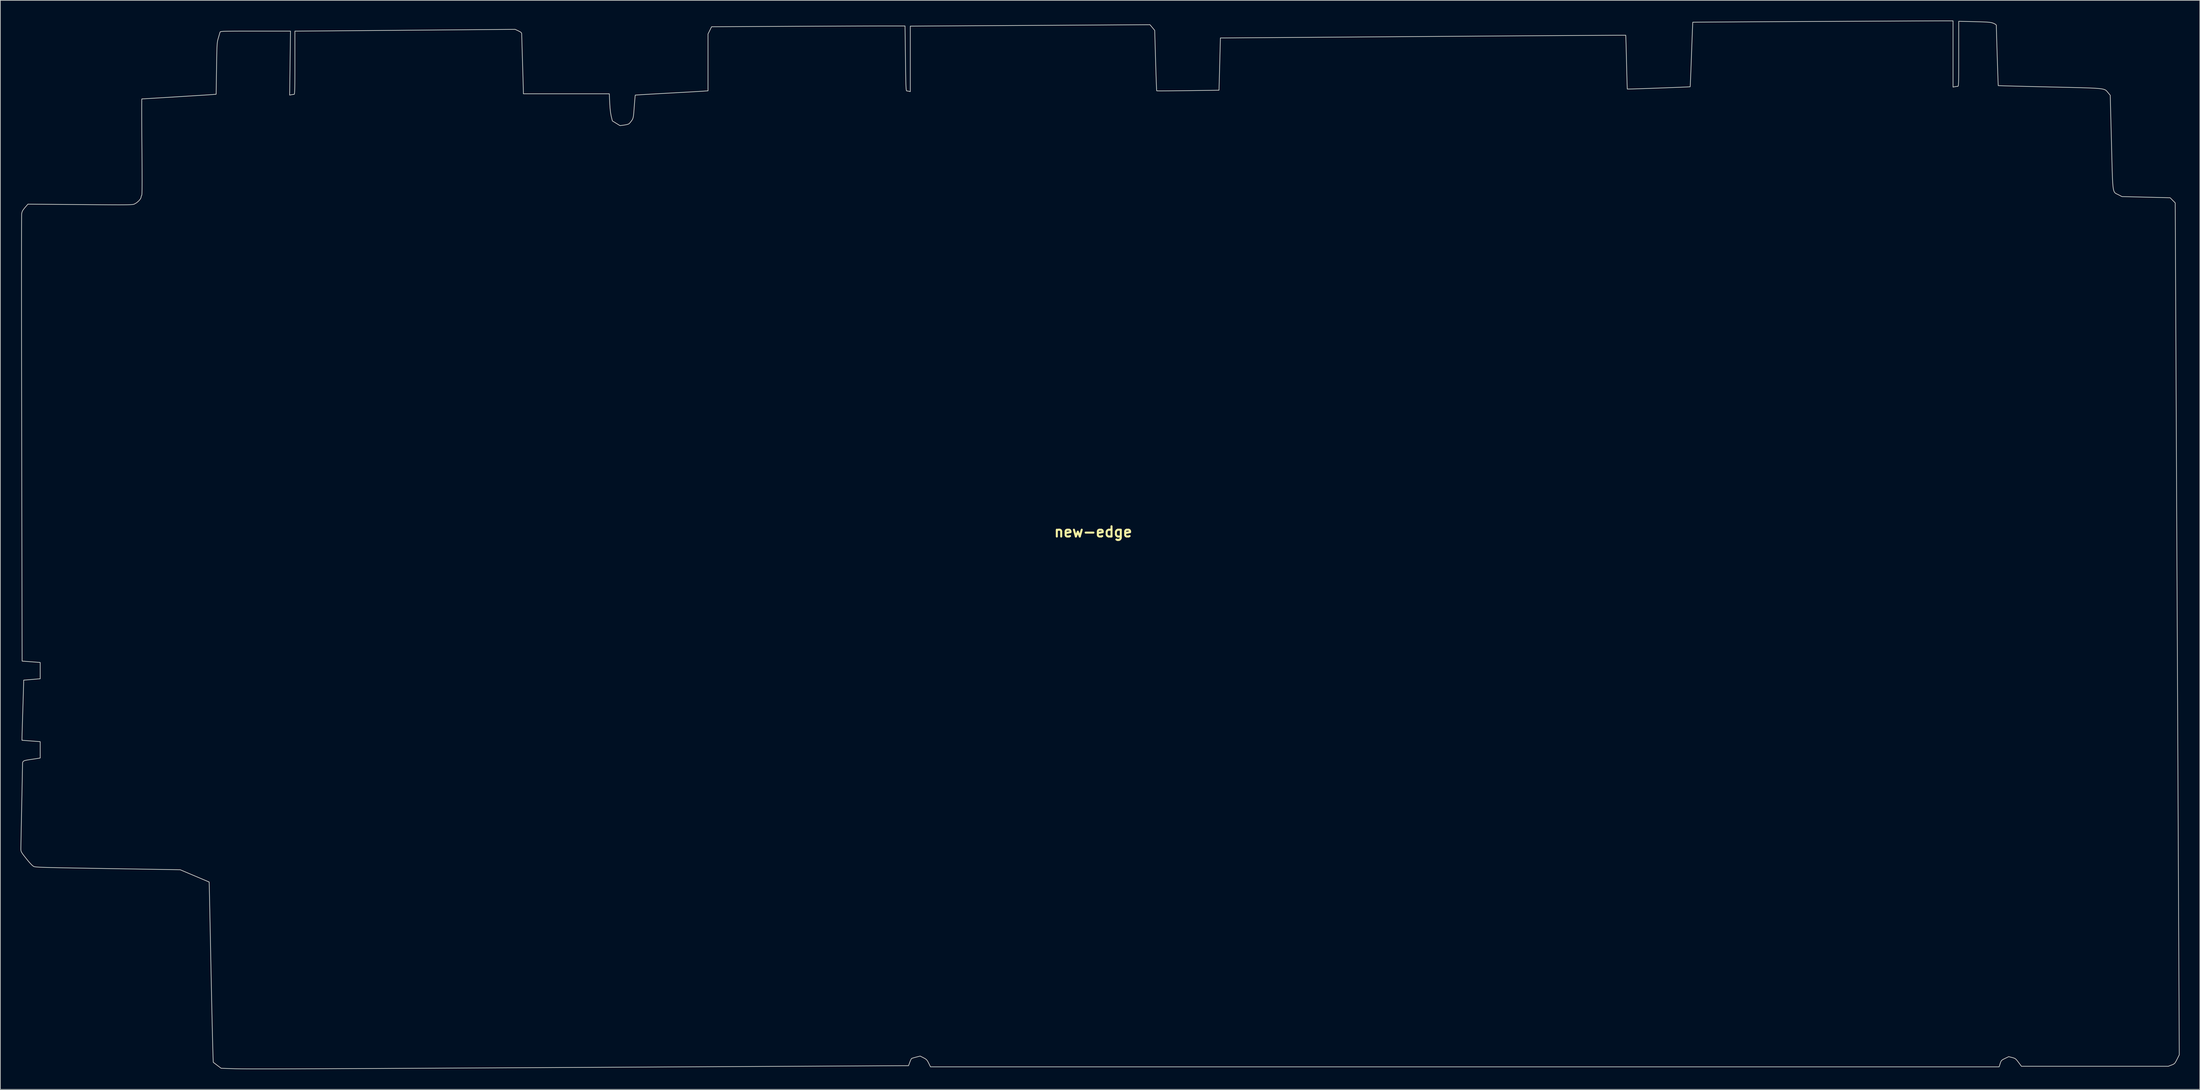
<source format=kicad_pcb>
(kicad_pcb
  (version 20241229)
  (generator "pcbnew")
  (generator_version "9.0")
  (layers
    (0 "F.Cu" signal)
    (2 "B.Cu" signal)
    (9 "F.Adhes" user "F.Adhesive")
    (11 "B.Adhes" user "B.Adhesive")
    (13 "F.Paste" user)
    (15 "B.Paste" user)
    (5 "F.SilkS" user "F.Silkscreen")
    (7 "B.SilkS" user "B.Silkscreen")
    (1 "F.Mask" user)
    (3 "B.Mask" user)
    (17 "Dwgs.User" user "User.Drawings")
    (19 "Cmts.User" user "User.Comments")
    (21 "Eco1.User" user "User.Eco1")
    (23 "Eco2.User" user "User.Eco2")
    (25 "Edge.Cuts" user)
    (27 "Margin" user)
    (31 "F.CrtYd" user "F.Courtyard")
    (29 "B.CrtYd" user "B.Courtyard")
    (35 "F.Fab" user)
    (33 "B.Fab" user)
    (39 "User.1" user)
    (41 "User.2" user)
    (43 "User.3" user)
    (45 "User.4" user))
  (footprint "new-edge"
    (layer "F.Cu")
    (at 159.389 75.996)
    (property "Reference" "new-edge" (at 0 0 0) (layer "F.SilkS") (effects (font (size 1.524 1.524) (thickness 0.3))))
    (attr board_only exclude_from_pos_files exclude_from_bom)
    (fp_poly (pts (xy 127.762 -66.104) (xy 128.027 -66.156) (xy 128.268 -66.195) (xy 128.45 -66.209) (xy 128.484 -66.215) (xy 128.512 -66.239) (xy 128.536 -66.295) (xy 128.556 -66.396) (xy 128.571 -66.555) (xy 128.584 -66.785) (xy 128.593 -67.098) (xy 128.599 -67.508) (xy 128.604 -68.027) (xy 128.607 -68.669) (xy 128.608 -69.446) (xy 128.609 -70.37) (xy 128.609 -71.046) (xy 128.609 -75.883) (xy 130.958 -75.826) (xy 131.666 -75.807) (xy 132.228 -75.789) (xy 132.664 -75.77) (xy 132.999 -75.748) (xy 133.253 -75.72) (xy 133.45 -75.686) (xy 133.612 -75.643) (xy 133.752 -75.593) (xy 134.039 -75.455) (xy 134.183 -75.327) (xy 134.197 -75.28) (xy 134.2 -75.097) (xy 134.207 -74.777) (xy 134.219 -74.337) (xy 134.234 -73.797) (xy 134.252 -73.176) (xy 134.273 -72.493) (xy 134.295 -71.767) (xy 134.318 -71.017) (xy 134.342 -70.262) (xy 134.366 -69.521) (xy 134.389 -68.813) (xy 134.411 -68.157) (xy 134.431 -67.572) (xy 134.448 -67.077) (xy 134.463 -66.692) (xy 134.473 -66.434) (xy 134.48 -66.324) (xy 134.48 -66.321) (xy 134.566 -66.316) (xy 134.81 -66.307) (xy 135.199 -66.295) (xy 135.721 -66.28) (xy 136.364 -66.263) (xy 137.117 -66.243) (xy 137.967 -66.222) (xy 138.902 -66.199) (xy 139.911 -66.174) (xy 140.981 -66.149) (xy 142.1 -66.123) (xy 142.118 -66.123) (xy 143.471 -66.092) (xy 144.665 -66.065) (xy 145.711 -66.04) (xy 146.619 -66.017) (xy 147.4 -65.994) (xy 148.065 -65.97) (xy 148.624 -65.945) (xy 149.087 -65.918) (xy 149.466 -65.886) (xy 149.77 -65.85) (xy 150.011 -65.808) (xy 150.198 -65.76) (xy 150.343 -65.703) (xy 150.456 -65.638) (xy 150.548 -65.563) (xy 150.628 -65.477) (xy 150.708 -65.38) (xy 150.79 -65.28) (xy 151.122 -64.883) (xy 151.302 -57.905) (xy 151.335 -56.619) (xy 151.363 -55.492) (xy 151.389 -54.512) (xy 151.413 -53.668) (xy 151.437 -52.95) (xy 151.462 -52.347) (xy 151.491 -51.847) (xy 151.523 -51.439) (xy 151.562 -51.114) (xy 151.608 -50.86) (xy 151.663 -50.665) (xy 151.728 -50.519) (xy 151.805 -50.412) (xy 151.895 -50.331) (xy 152 -50.267) (xy 152.121 -50.208) (xy 152.259 -50.144) (xy 152.345 -50.101) (xy 152.866 -49.831) (xy 160.018 -49.657) (xy 160.779 -48.895) (xy 161.079 14.413) (xy 161.379 77.72) (xy 161.044 78.385) (xy 160.878 78.707) (xy 160.748 78.916) (xy 160.618 79.048) (xy 160.452 79.144) (xy 160.23 79.234) (xy 159.751 79.417) (xy 137.924 79.417) (xy 137.486 78.832) (xy 137.264 78.543) (xy 137.095 78.36) (xy 136.933 78.247) (xy 136.733 78.17) (xy 136.54 78.118) (xy 136.033 77.99) (xy 135.478 78.259) (xy 135.188 78.406) (xy 135.009 78.527) (xy 134.897 78.669) (xy 134.81 78.877) (xy 134.764 79.015) (xy 134.606 79.502) (xy -24.178 79.502) (xy -24.449 78.954) (xy -24.609 78.651) (xy -24.757 78.452) (xy -24.944 78.304) (xy -25.216 78.155) (xy -25.713 77.904) (xy -26.309 78.057) (xy -26.613 78.139) (xy -26.854 78.211) (xy -26.983 78.259) (xy -26.987 78.261) (xy -27.057 78.362) (xy -27.157 78.575) (xy -27.255 78.822) (xy -27.441 79.333) (xy -28.135 79.334) (xy -28.261 79.334) (xy -28.551 79.335) (xy -29 79.338) (xy -29.605 79.341) (xy -30.359 79.345) (xy -31.258 79.349) (xy -32.296 79.355) (xy -33.47 79.361) (xy -34.774 79.368) (xy -36.204 79.375) (xy -37.753 79.383) (xy -39.418 79.392) (xy -41.194 79.402) (xy -43.075 79.411) (xy -45.057 79.422) (xy -47.135 79.433) (xy -49.304 79.444) (xy -51.559 79.456) (xy -53.895 79.469) (xy -56.308 79.482) (xy -58.792 79.495) (xy -61.342 79.508) (xy -63.954 79.522) (xy -66.622 79.537) (xy -69.343 79.551) (xy -72.11 79.566) (xy -74.919 79.581) (xy -75.988 79.587) (xy -79.472 79.605) (xy -82.791 79.623) (xy -85.949 79.64) (xy -88.951 79.656) (xy -91.8 79.671) (xy -94.5 79.685) (xy -97.057 79.698) (xy -99.474 79.711) (xy -101.756 79.723) (xy -103.906 79.733) (xy -105.93 79.744) (xy -107.831 79.753) (xy -109.613 79.761) (xy -111.28 79.769) (xy -112.838 79.776) (xy -114.29 79.783) (xy -115.64 79.788) (xy -116.893 79.793) (xy -118.053 79.798) (xy -119.124 79.801) (xy -120.11 79.805) (xy -121.015 79.807) (xy -121.845 79.809) (xy -122.602 79.81) (xy -123.292 79.81) (xy -123.918 79.81) (xy -124.485 79.81) (xy -124.996 79.809) (xy -125.457 79.807) (xy -125.872 79.805) (xy -126.244 79.802) (xy -126.577 79.799) (xy -126.877 79.795) (xy -127.147 79.791) (xy -127.392 79.787) (xy -127.616 79.782) (xy -127.822 79.776) (xy -128.016 79.771) (xy -128.202 79.764) (xy -128.313 79.76) (xy -129.583 79.714) (xy -130.133 79.298) (xy -130.397 79.098) (xy -130.608 78.936) (xy -130.731 78.84) (xy -130.745 78.83) (xy -130.754 78.74) (xy -130.765 78.491) (xy -130.78 78.091) (xy -130.797 77.55) (xy -130.817 76.877) (xy -130.838 76.082) (xy -130.861 75.173) (xy -130.886 74.16) (xy -130.913 73.052) (xy -130.94 71.86) (xy -130.969 70.591) (xy -130.998 69.255) (xy -131.027 67.863) (xy -131.057 66.422) (xy -131.062 66.164) (xy -131.092 64.703) (xy -131.121 63.279) (xy -131.149 61.903) (xy -131.176 60.585) (xy -131.201 59.335) (xy -131.225 58.163) (xy -131.248 57.079) (xy -131.268 56.094) (xy -131.287 55.216) (xy -131.303 54.457) (xy -131.316 53.826) (xy -131.327 53.333) (xy -131.334 52.989) (xy -131.339 52.802) (xy -131.339 52.794) (xy -131.36 52.036) (xy -133.514 51.124) (xy -135.667 50.212) (xy -146.414 50.038) (xy -147.991 50.012) (xy -149.407 49.988) (xy -150.672 49.967) (xy -151.793 49.947) (xy -152.781 49.929) (xy -153.644 49.912) (xy -154.391 49.896) (xy -155.03 49.881) (xy -155.57 49.866) (xy -156.021 49.852) (xy -156.391 49.837) (xy -156.688 49.822) (xy -156.923 49.806) (xy -157.103 49.79) (xy -157.238 49.773) (xy -157.336 49.754) (xy -157.406 49.733) (xy -157.453 49.713) (xy -157.635 49.575) (xy -157.894 49.317) (xy -158.213 48.956) (xy -158.543 48.552) (xy -158.849 48.161) (xy -159.064 47.874) (xy -159.205 47.662) (xy -159.288 47.498) (xy -159.327 47.352) (xy -159.339 47.197) (xy -159.339 47.117) (xy -159.337 46.962) (xy -159.332 46.653) (xy -159.324 46.204) (xy -159.313 45.631) (xy -159.3 44.948) (xy -159.285 44.171) (xy -159.267 43.314) (xy -159.248 42.392) (xy -159.228 41.42) (xy -159.216 40.809) (xy -159.195 39.815) (xy -159.175 38.862) (xy -159.157 37.966) (xy -159.14 37.14) (xy -159.125 36.401) (xy -159.113 35.762) (xy -159.103 35.239) (xy -159.096 34.847) (xy -159.091 34.599) (xy -159.091 34.526) (xy -159.081 34.318) (xy -159.037 34.168) (xy -158.934 34.061) (xy -158.746 33.981) (xy -158.446 33.914) (xy -158.01 33.844) (xy -157.89 33.827) (xy -157.491 33.768) (xy -157.127 33.713) (xy -156.848 33.67) (xy -156.739 33.652) (xy -156.464 33.605) (xy -156.464 31.175) (xy -157.141 31.124) (xy -157.591 31.09) (xy -158.094 31.052) (xy -158.496 31.022) (xy -159.173 30.97) (xy -159.171 30.619) (xy -159.168 30.463) (xy -159.16 30.157) (xy -159.148 29.719) (xy -159.132 29.168) (xy -159.112 28.524) (xy -159.09 27.805) (xy -159.066 27.03) (xy -159.046 26.416) (xy -159.021 25.615) (xy -158.997 24.859) (xy -158.976 24.166) (xy -158.957 23.554) (xy -158.942 23.043) (xy -158.93 22.649) (xy -158.923 22.392) (xy -158.921 22.298) (xy -158.919 22.033) (xy -158.263 21.98) (xy -157.841 21.945) (xy -157.387 21.906) (xy -157.036 21.876) (xy -156.464 21.827) (xy -156.464 19.406) (xy -157.141 19.355) (xy -157.589 19.321) (xy -158.086 19.284) (xy -158.486 19.254) (xy -159.152 19.204) (xy -159.216 -13.845) (xy -159.22 -16.204) (xy -159.224 -18.523) (xy -159.228 -20.794) (xy -159.231 -23.012) (xy -159.234 -25.171) (xy -159.236 -27.265) (xy -159.238 -29.289) (xy -159.24 -31.236) (xy -159.241 -33.101) (xy -159.242 -34.877) (xy -159.243 -36.56) (xy -159.243 -38.143) (xy -159.242 -39.62) (xy -159.242 -40.986) (xy -159.241 -42.235) (xy -159.239 -43.36) (xy -159.237 -44.357) (xy -159.235 -45.218) (xy -159.232 -45.939) (xy -159.229 -46.514) (xy -159.226 -46.936) (xy -159.222 -47.2) (xy -159.218 -47.299) (xy -159.155 -47.561) (xy -159.033 -47.807) (xy -158.821 -48.091) (xy -158.724 -48.205) (xy -158.291 -48.706) (xy -150.531 -48.643) (xy -149.207 -48.632) (xy -148.041 -48.623) (xy -147.024 -48.616) (xy -146.144 -48.611) (xy -145.391 -48.608) (xy -144.754 -48.607) (xy -144.223 -48.608) (xy -143.786 -48.611) (xy -143.434 -48.617) (xy -143.155 -48.626) (xy -142.94 -48.637) (xy -142.776 -48.652) (xy -142.654 -48.669) (xy -142.564 -48.69) (xy -142.494 -48.713) (xy -142.445 -48.735) (xy -142.143 -48.916) (xy -141.861 -49.152) (xy -141.634 -49.404) (xy -141.499 -49.634) (xy -141.478 -49.737) (xy -141.443 -49.919) (xy -141.383 -50.002) (xy -141.366 -50.063) (xy -141.351 -50.228) (xy -141.34 -50.502) (xy -141.331 -50.894) (xy -141.326 -51.409) (xy -141.323 -52.054) (xy -141.324 -52.836) (xy -141.327 -53.762) (xy -141.333 -54.838) (xy -141.342 -56.071) (xy -141.352 -57.203) (xy -141.361 -58.287) (xy -141.368 -59.32) (xy -141.374 -60.292) (xy -141.378 -61.188) (xy -141.38 -61.998) (xy -141.381 -62.708) (xy -141.38 -63.307) (xy -141.377 -63.781) (xy -141.372 -64.119) (xy -141.366 -64.309) (xy -141.361 -64.347) (xy -141.251 -64.352) (xy -140.99 -64.366) (xy -140.597 -64.389) (xy -140.088 -64.42) (xy -139.483 -64.456) (xy -138.799 -64.498) (xy -138.054 -64.543) (xy -137.267 -64.591) (xy -136.455 -64.641) (xy -135.636 -64.692) (xy -134.829 -64.742) (xy -134.051 -64.79) (xy -133.32 -64.836) (xy -132.656 -64.877) (xy -132.074 -64.914) (xy -131.595 -64.945) (xy -131.235 -64.969) (xy -131.013 -64.984) (xy -130.968 -64.987) (xy -130.322 -65.04) (xy -130.264 -68.863) (xy -130.249 -69.769) (xy -130.237 -70.523) (xy -130.224 -71.143) (xy -130.211 -71.645) (xy -130.196 -72.048) (xy -130.179 -72.369) (xy -130.157 -72.624) (xy -130.131 -72.832) (xy -130.099 -73.009) (xy -130.06 -73.174) (xy -130.013 -73.343) (xy -129.994 -73.406) (xy -129.894 -73.748) (xy -129.809 -74.04) (xy -129.752 -74.235) (xy -129.741 -74.274) (xy -129.724 -74.304) (xy -129.684 -74.33) (xy -129.609 -74.352) (xy -129.486 -74.37) (xy -129.302 -74.385) (xy -129.045 -74.397) (xy -128.703 -74.405) (xy -128.263 -74.412) (xy -127.713 -74.417) (xy -127.04 -74.42) (xy -126.231 -74.421) (xy -125.275 -74.422) (xy -124.485 -74.422) (xy -119.273 -74.422) (xy -119.336 -69.668) (xy -119.399 -64.914) (xy -119.125 -64.969) (xy -118.898 -65.008) (xy -118.736 -65.024) (xy -118.734 -65.024) (xy -118.709 -65.047) (xy -118.687 -65.122) (xy -118.669 -65.264) (xy -118.654 -65.482) (xy -118.643 -65.791) (xy -118.634 -66.201) (xy -118.627 -66.724) (xy -118.622 -67.374) (xy -118.619 -68.162) (xy -118.618 -69.1) (xy -118.618 -69.723) (xy -118.618 -74.422) (xy -118.131 -74.422) (xy -117.997 -74.423) (xy -117.703 -74.425) (xy -117.256 -74.428) (xy -116.666 -74.433) (xy -115.941 -74.438) (xy -115.09 -74.445) (xy -114.121 -74.453) (xy -113.043 -74.461) (xy -111.865 -74.471) (xy -110.595 -74.481) (xy -109.242 -74.492) (xy -107.814 -74.504) (xy -106.321 -74.516) (xy -104.77 -74.529) (xy -103.171 -74.542) (xy -101.769 -74.554) (xy -85.894 -74.685) (xy -85.407 -74.453) (xy -85.133 -74.311) (xy -84.984 -74.195) (xy -84.925 -74.074) (xy -84.919 -74.004) (xy -84.916 -73.878) (xy -84.909 -73.6) (xy -84.897 -73.187) (xy -84.882 -72.658) (xy -84.864 -72.029) (xy -84.843 -71.318) (xy -84.82 -70.542) (xy -84.795 -69.719) (xy -84.794 -69.681) (xy -84.769 -68.855) (xy -84.746 -68.076) (xy -84.725 -67.36) (xy -84.706 -66.725) (xy -84.691 -66.188) (xy -84.679 -65.767) (xy -84.671 -65.48) (xy -84.668 -65.344) (xy -84.668 -65.341) (xy -84.667 -65.109) (xy -71.903 -65.109) (xy -71.843 -63.775) (xy -71.793 -63.003) (xy -71.721 -62.343) (xy -71.629 -61.821) (xy -71.614 -61.759) (xy -71.446 -61.076) (xy -70.312 -60.376) (xy -69.679 -60.462) (xy -69.256 -60.54) (xy -68.995 -60.638) (xy -68.919 -60.7) (xy -68.724 -60.932) (xy -68.578 -61.118) (xy -68.47 -61.285) (xy -68.393 -61.463) (xy -68.338 -61.681) (xy -68.296 -61.966) (xy -68.261 -62.349) (xy -68.222 -62.858) (xy -68.199 -63.162) (xy -68.159 -63.683) (xy -68.121 -64.143) (xy -68.088 -64.517) (xy -68.063 -64.779) (xy -68.046 -64.904) (xy -68.044 -64.911) (xy -67.957 -64.92) (xy -67.717 -64.937) (xy -67.338 -64.961) (xy -66.836 -64.992) (xy -66.227 -65.028) (xy -65.525 -65.069) (xy -64.747 -65.113) (xy -63.907 -65.159) (xy -63.368 -65.189) (xy -62.47 -65.238) (xy -61.601 -65.286) (xy -60.781 -65.332) (xy -60.028 -65.374) (xy -59.361 -65.413) (xy -58.798 -65.445) (xy -58.359 -65.472) (xy -58.06 -65.49) (xy -57.975 -65.496) (xy -57.235 -65.55) (xy -57.235 -73.995) (xy -56.969 -74.533) (xy -56.704 -75.071) (xy -45.984 -75.128) (xy -44.568 -75.135) (xy -43.146 -75.142) (xy -41.733 -75.149) (xy -40.344 -75.155) (xy -38.993 -75.161) (xy -37.697 -75.166) (xy -36.471 -75.171) (xy -35.329 -75.175) (xy -34.287 -75.178) (xy -33.36 -75.181) (xy -32.563 -75.183) (xy -31.912 -75.184) (xy -31.612 -75.184) (xy -27.961 -75.184) (xy -27.898 -70.358) (xy -27.884 -69.327) (xy -27.871 -68.454) (xy -27.859 -67.724) (xy -27.847 -67.125) (xy -27.835 -66.644) (xy -27.821 -66.27) (xy -27.806 -65.988) (xy -27.789 -65.787) (xy -27.77 -65.653) (xy -27.747 -65.575) (xy -27.721 -65.538) (xy -27.697 -65.531) (xy -27.503 -65.508) (xy -27.369 -65.479) (xy -27.178 -65.428) (xy -27.178 -75.163) (xy -18.352 -75.216) (xy -16.895 -75.224) (xy -15.301 -75.234) (xy -13.601 -75.244) (xy -11.827 -75.255) (xy -10.009 -75.265) (xy -8.18 -75.276) (xy -6.371 -75.287) (xy -4.614 -75.297) (xy -2.941 -75.307) (xy -1.382 -75.316) (xy -0.546 -75.321) (xy 8.433 -75.374) (xy 9.139 -74.532) (xy 9.27 -70.059) (xy 9.296 -69.205) (xy 9.321 -68.403) (xy 9.345 -67.669) (xy 9.369 -67.019) (xy 9.389 -66.468) (xy 9.408 -66.032) (xy 9.423 -65.727) (xy 9.434 -65.568) (xy 9.438 -65.549) (xy 9.527 -65.543) (xy 9.77 -65.54) (xy 10.151 -65.539) (xy 10.655 -65.541) (xy 11.266 -65.545) (xy 11.968 -65.551) (xy 12.747 -65.559) (xy 13.587 -65.569) (xy 14.083 -65.575) (xy 18.692 -65.638) (xy 18.743 -67.469) (xy 18.762 -68.133) (xy 18.783 -68.906) (xy 18.805 -69.726) (xy 18.826 -70.535) (xy 18.845 -71.27) (xy 18.848 -71.353) (xy 18.901 -73.406) (xy 19.188 -73.406) (xy 19.293 -73.407) (xy 19.562 -73.408) (xy 19.987 -73.411) (xy 20.564 -73.415) (xy 21.286 -73.42) (xy 22.146 -73.426) (xy 23.139 -73.433) (xy 24.258 -73.441) (xy 25.498 -73.45) (xy 26.852 -73.46) (xy 28.314 -73.47) (xy 29.878 -73.481) (xy 31.539 -73.493) (xy 33.288 -73.506) (xy 35.122 -73.519) (xy 37.033 -73.532) (xy 39.016 -73.546) (xy 41.064 -73.561) (xy 43.171 -73.576) (xy 45.331 -73.592) (xy 47.538 -73.608) (xy 49.288 -73.62) (xy 51.525 -73.636) (xy 53.718 -73.652) (xy 55.862 -73.667) (xy 57.95 -73.681) (xy 59.976 -73.695) (xy 61.934 -73.709) (xy 63.819 -73.721) (xy 65.624 -73.733) (xy 67.343 -73.745) (xy 68.97 -73.755) (xy 70.499 -73.765) (xy 71.924 -73.774) (xy 73.239 -73.782) (xy 74.438 -73.789) (xy 75.515 -73.795) (xy 76.464 -73.8) (xy 77.278 -73.804) (xy 77.952 -73.807) (xy 78.48 -73.809) (xy 78.855 -73.81) (xy 79.072 -73.81) (xy 79.128 -73.809) (xy 79.135 -73.721) (xy 79.145 -73.481) (xy 79.158 -73.106) (xy 79.174 -72.611) (xy 79.191 -72.013) (xy 79.209 -71.33) (xy 79.229 -70.577) (xy 79.247 -69.809) (xy 79.266 -69.006) (xy 79.285 -68.256) (xy 79.303 -67.576) (xy 79.32 -66.983) (xy 79.335 -66.494) (xy 79.347 -66.124) (xy 79.357 -65.892) (xy 79.363 -65.812) (xy 79.45 -65.81) (xy 79.687 -65.815) (xy 80.055 -65.824) (xy 80.537 -65.839) (xy 81.114 -65.857) (xy 81.766 -65.879) (xy 82.475 -65.903) (xy 83.223 -65.93) (xy 83.99 -65.957) (xy 84.759 -65.986) (xy 85.51 -66.014) (xy 86.224 -66.041) (xy 86.883 -66.067) (xy 87.469 -66.091) (xy 87.962 -66.113) (xy 88.345 -66.13) (xy 88.597 -66.144) (xy 88.701 -66.152) (xy 88.702 -66.153) (xy 88.71 -66.24) (xy 88.723 -66.481) (xy 88.741 -66.861) (xy 88.763 -67.364) (xy 88.788 -67.976) (xy 88.816 -68.682) (xy 88.846 -69.465) (xy 88.878 -70.311) (xy 88.902 -70.952) (xy 88.934 -71.834) (xy 88.965 -72.664) (xy 88.994 -73.427) (xy 89.021 -74.107) (xy 89.044 -74.689) (xy 89.064 -75.159) (xy 89.08 -75.501) (xy 89.09 -75.7) (xy 89.095 -75.746) (xy 89.179 -75.747) (xy 89.424 -75.75) (xy 89.819 -75.754) (xy 90.356 -75.758) (xy 91.026 -75.762) (xy 91.818 -75.768) (xy 92.723 -75.773) (xy 93.733 -75.78) (xy 94.838 -75.786) (xy 96.029 -75.794) (xy 97.297 -75.801) (xy 98.631 -75.809) (xy 100.024 -75.817) (xy 101.465 -75.825) (xy 102.946 -75.833) (xy 104.456 -75.841) (xy 105.988 -75.849) (xy 107.531 -75.858) (xy 109.076 -75.866) (xy 110.614 -75.874) (xy 112.136 -75.882) (xy 113.632 -75.889) (xy 115.093 -75.897) (xy 116.51 -75.904) (xy 117.874 -75.911) (xy 119.175 -75.917) (xy 120.404 -75.923) (xy 121.552 -75.928) (xy 122.609 -75.933) (xy 123.566 -75.937) (xy 124.414 -75.94) (xy 125.143 -75.943) (xy 125.745 -75.945) (xy 126.21 -75.946) (xy 126.46 -75.946) (xy 127.762 -75.946)) (stroke (width 0.1) (type solid)) (fill no) (layer "Edge.Cuts")))
  (gr_rect
    (start -3 -3)
    (end 323.818 158.856)
    (stroke (width 0.1) (type default))
    (fill no)
    (layer "Edge.Cuts")))
</source>
